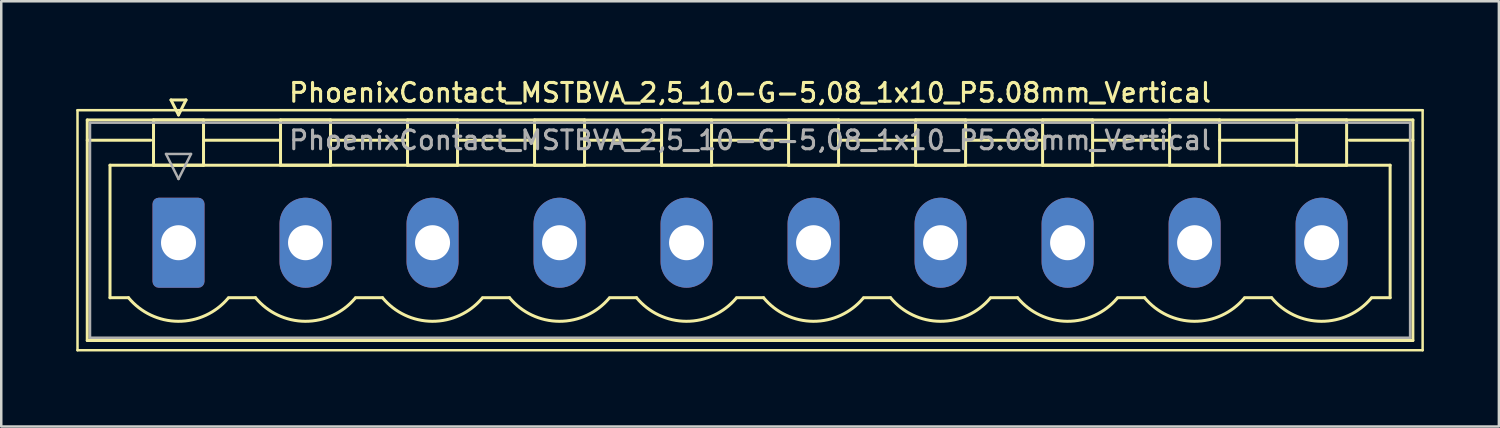
<source format=kicad_pcb>
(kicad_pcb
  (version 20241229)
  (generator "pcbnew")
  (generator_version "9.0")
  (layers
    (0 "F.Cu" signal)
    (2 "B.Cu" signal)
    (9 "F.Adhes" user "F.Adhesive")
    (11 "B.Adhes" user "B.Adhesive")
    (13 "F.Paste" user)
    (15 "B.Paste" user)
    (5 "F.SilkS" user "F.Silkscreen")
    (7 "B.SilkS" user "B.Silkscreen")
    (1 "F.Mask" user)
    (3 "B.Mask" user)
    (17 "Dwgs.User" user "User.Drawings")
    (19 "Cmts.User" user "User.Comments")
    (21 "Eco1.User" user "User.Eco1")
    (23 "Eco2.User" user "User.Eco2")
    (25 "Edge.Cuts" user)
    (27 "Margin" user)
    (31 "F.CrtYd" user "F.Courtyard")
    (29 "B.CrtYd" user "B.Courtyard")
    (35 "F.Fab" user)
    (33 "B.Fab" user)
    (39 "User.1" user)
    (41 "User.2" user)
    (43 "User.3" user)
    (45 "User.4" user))
  (footprint "PhoenixContact_MSTBVA_2,5_10-G-5,08_1x10_P5.08mm_Vertical"
    (layer "F.Cu")
    (at 4.09 6.658)
    (property "Reference" "PhoenixContact_MSTBVA_2,5_10-G-5,08_1x10_P5.08mm_Vertical" (at 22.86 -6 0) (layer "F.SilkS") (effects (font (size 0.75 0.75) (thickness 0.125))))
    (attr through_hole)
    (fp_line (start -4.04 -5.3) (end -4.04 4.3) (stroke (width 0.1) (type solid)) (layer "F.SilkS"))
    (fp_line (start -4.04 4.3) (end 49.76 4.3) (stroke (width 0.1) (type solid)) (layer "F.SilkS"))
    (fp_line (start -3.65 -4.91) (end -3.65 3.91) (stroke (width 0.12) (type solid)) (layer "F.SilkS"))
    (fp_line (start -3.65 -4.1) (end -1.11 -4.1) (stroke (width 0.12) (type solid)) (layer "F.SilkS"))
    (fp_line (start -3.65 3.91) (end 49.37 3.91) (stroke (width 0.12) (type solid)) (layer "F.SilkS"))
    (fp_line (start -2.74 -3.1) (end 48.46 -3.1) (stroke (width 0.12) (type solid)) (layer "F.SilkS"))
    (fp_line (start -2.74 2.2) (end -2.74 -3.1) (stroke (width 0.12) (type solid)) (layer "F.SilkS"))
    (fp_line (start -2 2.2) (end -2.74 2.2) (stroke (width 0.12) (type solid)) (layer "F.SilkS"))
    (fp_line (start -1 -4.91) (end 1 -4.91) (stroke (width 0.12) (type solid)) (layer "F.SilkS"))
    (fp_line (start -1 -3.1) (end -1 -4.91) (stroke (width 0.12) (type solid)) (layer "F.SilkS"))
    (fp_line (start -0.3 -5.71) (end 0.3 -5.71) (stroke (width 0.12) (type solid)) (layer "F.SilkS"))
    (fp_line (start 0 -5.11) (end -0.3 -5.71) (stroke (width 0.12) (type solid)) (layer "F.SilkS"))
    (fp_line (start 0.3 -5.71) (end 0 -5.11) (stroke (width 0.12) (type solid)) (layer "F.SilkS"))
    (fp_line (start 1 -4.91) (end 1 -3.1) (stroke (width 0.12) (type solid)) (layer "F.SilkS"))
    (fp_line (start 1 -4.1) (end 4.08 -4.1) (stroke (width 0.12) (type solid)) (layer "F.SilkS"))
    (fp_line (start 1 -3.1) (end -1 -3.1) (stroke (width 0.12) (type solid)) (layer "F.SilkS"))
    (fp_line (start 2 2.2) (end 3.08 2.2) (stroke (width 0.12) (type solid)) (layer "F.SilkS"))
    (fp_line (start 4.08 -4.91) (end 6.08 -4.91) (stroke (width 0.12) (type solid)) (layer "F.SilkS"))
    (fp_line (start 4.08 -3.1) (end 4.08 -4.91) (stroke (width 0.12) (type solid)) (layer "F.SilkS"))
    (fp_line (start 6.08 -4.91) (end 6.08 -3.1) (stroke (width 0.12) (type solid)) (layer "F.SilkS"))
    (fp_line (start 6.08 -4.1) (end 9.16 -4.1) (stroke (width 0.12) (type solid)) (layer "F.SilkS"))
    (fp_line (start 6.08 -3.1) (end 4.08 -3.1) (stroke (width 0.12) (type solid)) (layer "F.SilkS"))
    (fp_line (start 7.08 2.2) (end 8.16 2.2) (stroke (width 0.12) (type solid)) (layer "F.SilkS"))
    (fp_line (start 9.16 -4.91) (end 11.16 -4.91) (stroke (width 0.12) (type solid)) (layer "F.SilkS"))
    (fp_line (start 9.16 -3.1) (end 9.16 -4.91) (stroke (width 0.12) (type solid)) (layer "F.SilkS"))
    (fp_line (start 11.16 -4.91) (end 11.16 -3.1) (stroke (width 0.12) (type solid)) (layer "F.SilkS"))
    (fp_line (start 11.16 -4.1) (end 14.24 -4.1) (stroke (width 0.12) (type solid)) (layer "F.SilkS"))
    (fp_line (start 11.16 -3.1) (end 9.16 -3.1) (stroke (width 0.12) (type solid)) (layer "F.SilkS"))
    (fp_line (start 12.16 2.2) (end 13.24 2.2) (stroke (width 0.12) (type solid)) (layer "F.SilkS"))
    (fp_line (start 14.24 -4.91) (end 16.24 -4.91) (stroke (width 0.12) (type solid)) (layer "F.SilkS"))
    (fp_line (start 14.24 -3.1) (end 14.24 -4.91) (stroke (width 0.12) (type solid)) (layer "F.SilkS"))
    (fp_line (start 16.24 -4.91) (end 16.24 -3.1) (stroke (width 0.12) (type solid)) (layer "F.SilkS"))
    (fp_line (start 16.24 -4.1) (end 19.32 -4.1) (stroke (width 0.12) (type solid)) (layer "F.SilkS"))
    (fp_line (start 16.24 -3.1) (end 14.24 -3.1) (stroke (width 0.12) (type solid)) (layer "F.SilkS"))
    (fp_line (start 17.24 2.2) (end 18.32 2.2) (stroke (width 0.12) (type solid)) (layer "F.SilkS"))
    (fp_line (start 19.32 -4.91) (end 21.32 -4.91) (stroke (width 0.12) (type solid)) (layer "F.SilkS"))
    (fp_line (start 19.32 -3.1) (end 19.32 -4.91) (stroke (width 0.12) (type solid)) (layer "F.SilkS"))
    (fp_line (start 21.32 -4.91) (end 21.32 -3.1) (stroke (width 0.12) (type solid)) (layer "F.SilkS"))
    (fp_line (start 21.32 -4.1) (end 24.4 -4.1) (stroke (width 0.12) (type solid)) (layer "F.SilkS"))
    (fp_line (start 21.32 -3.1) (end 19.32 -3.1) (stroke (width 0.12) (type solid)) (layer "F.SilkS"))
    (fp_line (start 22.32 2.2) (end 23.4 2.2) (stroke (width 0.12) (type solid)) (layer "F.SilkS"))
    (fp_line (start 24.4 -4.91) (end 26.4 -4.91) (stroke (width 0.12) (type solid)) (layer "F.SilkS"))
    (fp_line (start 24.4 -3.1) (end 24.4 -4.91) (stroke (width 0.12) (type solid)) (layer "F.SilkS"))
    (fp_line (start 26.4 -4.91) (end 26.4 -3.1) (stroke (width 0.12) (type solid)) (layer "F.SilkS"))
    (fp_line (start 26.4 -4.1) (end 29.48 -4.1) (stroke (width 0.12) (type solid)) (layer "F.SilkS"))
    (fp_line (start 26.4 -3.1) (end 24.4 -3.1) (stroke (width 0.12) (type solid)) (layer "F.SilkS"))
    (fp_line (start 27.4 2.2) (end 28.48 2.2) (stroke (width 0.12) (type solid)) (layer "F.SilkS"))
    (fp_line (start 29.48 -4.91) (end 31.48 -4.91) (stroke (width 0.12) (type solid)) (layer "F.SilkS"))
    (fp_line (start 29.48 -3.1) (end 29.48 -4.91) (stroke (width 0.12) (type solid)) (layer "F.SilkS"))
    (fp_line (start 31.48 -4.91) (end 31.48 -3.1) (stroke (width 0.12) (type solid)) (layer "F.SilkS"))
    (fp_line (start 31.48 -4.1) (end 34.56 -4.1) (stroke (width 0.12) (type solid)) (layer "F.SilkS"))
    (fp_line (start 31.48 -3.1) (end 29.48 -3.1) (stroke (width 0.12) (type solid)) (layer "F.SilkS"))
    (fp_line (start 32.48 2.2) (end 33.56 2.2) (stroke (width 0.12) (type solid)) (layer "F.SilkS"))
    (fp_line (start 34.56 -4.91) (end 36.56 -4.91) (stroke (width 0.12) (type solid)) (layer "F.SilkS"))
    (fp_line (start 34.56 -3.1) (end 34.56 -4.91) (stroke (width 0.12) (type solid)) (layer "F.SilkS"))
    (fp_line (start 36.56 -4.91) (end 36.56 -3.1) (stroke (width 0.12) (type solid)) (layer "F.SilkS"))
    (fp_line (start 36.56 -4.1) (end 39.64 -4.1) (stroke (width 0.12) (type solid)) (layer "F.SilkS"))
    (fp_line (start 36.56 -3.1) (end 34.56 -3.1) (stroke (width 0.12) (type solid)) (layer "F.SilkS"))
    (fp_line (start 37.56 2.2) (end 38.64 2.2) (stroke (width 0.12) (type solid)) (layer "F.SilkS"))
    (fp_line (start 39.64 -4.91) (end 41.64 -4.91) (stroke (width 0.12) (type solid)) (layer "F.SilkS"))
    (fp_line (start 39.64 -3.1) (end 39.64 -4.91) (stroke (width 0.12) (type solid)) (layer "F.SilkS"))
    (fp_line (start 41.64 -4.91) (end 41.64 -3.1) (stroke (width 0.12) (type solid)) (layer "F.SilkS"))
    (fp_line (start 41.64 -4.1) (end 44.72 -4.1) (stroke (width 0.12) (type solid)) (layer "F.SilkS"))
    (fp_line (start 41.64 -3.1) (end 39.64 -3.1) (stroke (width 0.12) (type solid)) (layer "F.SilkS"))
    (fp_line (start 42.64 2.2) (end 43.72 2.2) (stroke (width 0.12) (type solid)) (layer "F.SilkS"))
    (fp_line (start 44.72 -4.91) (end 46.72 -4.91) (stroke (width 0.12) (type solid)) (layer "F.SilkS"))
    (fp_line (start 44.72 -3.1) (end 44.72 -4.91) (stroke (width 0.12) (type solid)) (layer "F.SilkS"))
    (fp_line (start 46.72 -4.91) (end 46.72 -3.1) (stroke (width 0.12) (type solid)) (layer "F.SilkS"))
    (fp_line (start 46.72 -3.1) (end 44.72 -3.1) (stroke (width 0.12) (type solid)) (layer "F.SilkS"))
    (fp_line (start 48.46 -3.1) (end 48.46 2.2) (stroke (width 0.12) (type solid)) (layer "F.SilkS"))
    (fp_line (start 48.46 2.2) (end 47.72 2.2) (stroke (width 0.12) (type solid)) (layer "F.SilkS"))
    (fp_line (start 49.37 -4.91) (end -3.65 -4.91) (stroke (width 0.12) (type solid)) (layer "F.SilkS"))
    (fp_line (start 49.37 -4.1) (end 46.83 -4.1) (stroke (width 0.12) (type solid)) (layer "F.SilkS"))
    (fp_line (start 49.37 3.91) (end 49.37 -4.91) (stroke (width 0.12) (type solid)) (layer "F.SilkS"))
    (fp_line (start 49.76 -5.3) (end -4.04 -5.3) (stroke (width 0.1) (type solid)) (layer "F.SilkS"))
    (fp_line (start 49.76 4.3) (end 49.76 -5.3) (stroke (width 0.1) (type solid)) (layer "F.SilkS"))
    (fp_arc (start 1.986842 2.215821) (mid -0.010289 3.142758) (end -2 2.2) (stroke (width 0.12) (type solid)) (layer "F.SilkS"))
    (fp_arc (start 7.066842 2.215821) (mid 5.069711 3.142758) (end 3.08 2.2) (stroke (width 0.12) (type solid)) (layer "F.SilkS"))
    (fp_arc (start 12.146842 2.215821) (mid 10.149711 3.142758) (end 8.16 2.2) (stroke (width 0.12) (type solid)) (layer "F.SilkS"))
    (fp_arc (start 17.226842 2.215821) (mid 15.229711 3.142758) (end 13.24 2.2) (stroke (width 0.12) (type solid)) (layer "F.SilkS"))
    (fp_arc (start 22.306842 2.215821) (mid 20.309711 3.142758) (end 18.32 2.2) (stroke (width 0.12) (type solid)) (layer "F.SilkS"))
    (fp_arc (start 27.386842 2.215821) (mid 25.389711 3.142758) (end 23.4 2.2) (stroke (width 0.12) (type solid)) (layer "F.SilkS"))
    (fp_arc (start 32.466842 2.215821) (mid 30.469711 3.142758) (end 28.48 2.2) (stroke (width 0.12) (type solid)) (layer "F.SilkS"))
    (fp_arc (start 37.546842 2.215821) (mid 35.549711 3.142758) (end 33.56 2.2) (stroke (width 0.12) (type solid)) (layer "F.SilkS"))
    (fp_arc (start 42.626842 2.215821) (mid 40.629711 3.142758) (end 38.64 2.2) (stroke (width 0.12) (type solid)) (layer "F.SilkS"))
    (fp_arc (start 47.706842 2.215821) (mid 45.709711 3.142758) (end 43.72 2.2) (stroke (width 0.12) (type solid)) (layer "F.SilkS"))
    (fp_line (start -3.54 -4.8) (end -3.54 3.8) (stroke (width 0.1) (type solid)) (layer "F.Fab"))
    (fp_line (start -3.54 3.8) (end 49.26 3.8) (stroke (width 0.1) (type solid)) (layer "F.Fab"))
    (fp_line (start -0.5 -3.55) (end 0.5 -3.55) (stroke (width 0.1) (type solid)) (layer "F.Fab"))
    (fp_line (start 0 -2.55) (end -0.5 -3.55) (stroke (width 0.1) (type solid)) (layer "F.Fab"))
    (fp_line (start 0.5 -3.55) (end 0 -2.55) (stroke (width 0.1) (type solid)) (layer "F.Fab"))
    (fp_line (start 49.26 -4.8) (end -3.54 -4.8) (stroke (width 0.1) (type solid)) (layer "F.Fab"))
    (fp_line (start 49.26 3.8) (end 49.26 -4.8) (stroke (width 0.1) (type solid)) (layer "F.Fab"))
    (fp_text user "${REFERENCE}" (at 22.86 -4.1 0) (layer "F.Fab") (effects (font (size 0.75 0.75) (thickness 0.125))))
    (pad "1" thru_hole roundrect (at 0 0) (size 2.08 3.6) (drill 1.4) (layers "*.Cu" "*.Mask") (roundrect_rratio 0.12))
    (pad "2" thru_hole oval (at 5.08 0) (size 2.08 3.6) (drill 1.4) (layers "*.Cu" "*.Mask"))
    (pad "3" thru_hole oval (at 10.16 0) (size 2.08 3.6) (drill 1.4) (layers "*.Cu" "*.Mask"))
    (pad "4" thru_hole oval (at 15.24 0) (size 2.08 3.6) (drill 1.4) (layers "*.Cu" "*.Mask"))
    (pad "5" thru_hole oval (at 20.32 0) (size 2.08 3.6) (drill 1.4) (layers "*.Cu" "*.Mask"))
    (pad "6" thru_hole oval (at 25.4 0) (size 2.08 3.6) (drill 1.4) (layers "*.Cu" "*.Mask"))
    (pad "7" thru_hole oval (at 30.48 0) (size 2.08 3.6) (drill 1.4) (layers "*.Cu" "*.Mask"))
    (pad "8" thru_hole oval (at 35.56 0) (size 2.08 3.6) (drill 1.4) (layers "*.Cu" "*.Mask"))
    (pad "9" thru_hole oval (at 40.64 0) (size 2.08 3.6) (drill 1.4) (layers "*.Cu" "*.Mask"))
    (pad "10" thru_hole oval (at 45.72 0) (size 2.08 3.6) (drill 1.4) (layers "*.Cu" "*.Mask")))
  (gr_rect
    (start -3 -3)
    (end 56.9 14.008)
    (stroke (width 0.1) (type default))
    (fill no)
    (layer "Edge.Cuts")))
</source>
